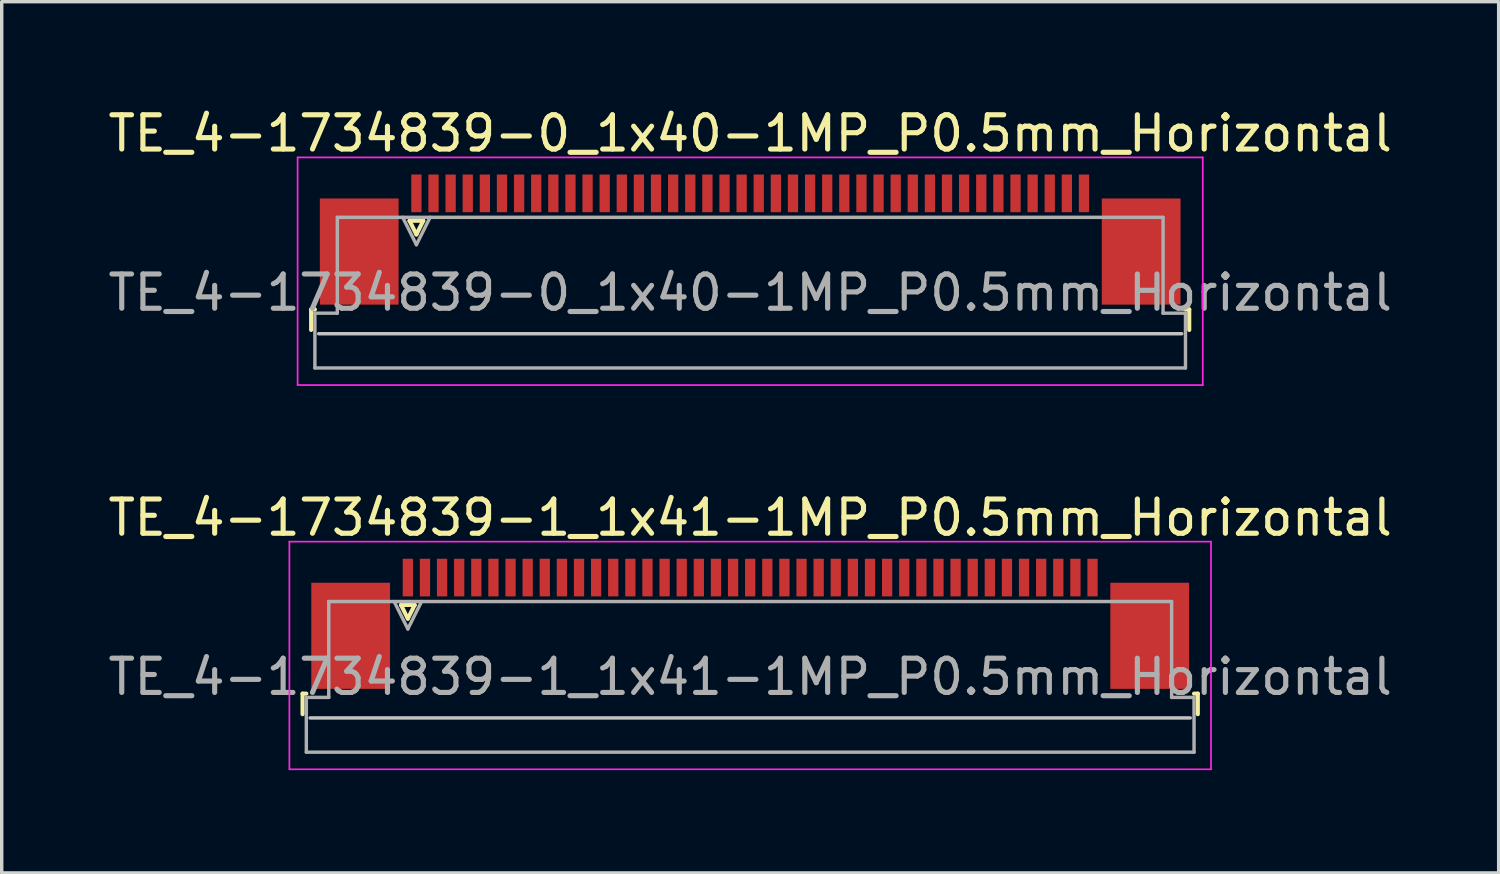
<source format=kicad_pcb>
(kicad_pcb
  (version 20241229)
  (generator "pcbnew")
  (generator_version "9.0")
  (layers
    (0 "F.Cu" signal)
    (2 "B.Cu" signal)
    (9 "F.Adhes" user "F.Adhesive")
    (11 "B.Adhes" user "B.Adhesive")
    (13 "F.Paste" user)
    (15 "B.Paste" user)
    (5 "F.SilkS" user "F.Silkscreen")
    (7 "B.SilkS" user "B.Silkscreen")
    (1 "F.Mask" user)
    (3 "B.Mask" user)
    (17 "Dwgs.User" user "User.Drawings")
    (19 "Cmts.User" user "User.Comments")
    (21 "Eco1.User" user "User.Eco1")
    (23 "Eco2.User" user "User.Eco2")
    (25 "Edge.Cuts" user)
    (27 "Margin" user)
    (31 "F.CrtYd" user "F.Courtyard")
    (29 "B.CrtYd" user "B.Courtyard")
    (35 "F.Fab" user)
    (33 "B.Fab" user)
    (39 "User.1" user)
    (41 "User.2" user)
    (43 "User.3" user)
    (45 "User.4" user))
  (footprint "TE_4-1734839-1_1x41-1MP_P0.5mm_Horizontal"
    (layer "F.Cu")
    (at 18.863 15.171)
    (property "Reference" "TE_4-1734839-1_1x41-1MP_P0.5mm_Horizontal" (at 0 -3.1 0) (layer "F.SilkS") (effects (font (size 1 1) (thickness 0.15))))
    (attr smd)
    (fp_line (start -13.075 2.04) (end -13.075 2.64) (stroke (width 0.12) (type solid)) (layer "F.SilkS"))
    (fp_line (start -12.965 2.04) (end -13.075 2.04) (stroke (width 0.12) (type solid)) (layer "F.SilkS"))
    (fp_line (start -10.2 -0.55) (end -10 -0.15) (stroke (width 0.12) (type solid)) (layer "F.SilkS"))
    (fp_line (start -10 -0.15) (end -9.8 -0.55) (stroke (width 0.12) (type solid)) (layer "F.SilkS"))
    (fp_line (start -9.8 -0.55) (end -10.2 -0.55) (stroke (width 0.12) (type solid)) (layer "F.SilkS"))
    (fp_line (start 12.965 2.04) (end 13.075 2.04) (stroke (width 0.12) (type solid)) (layer "F.SilkS"))
    (fp_line (start 13.075 2.04) (end 13.075 2.64) (stroke (width 0.12) (type solid)) (layer "F.SilkS"))
    (fp_line (start 12.855 2.75) (end -12.855 2.75) (stroke (width 0.1) (type solid)) (layer "Dwgs.User"))
    (fp_line (start -13.46 -2.4) (end -13.46 4.25) (stroke (width 0.05) (type solid)) (layer "F.CrtYd"))
    (fp_line (start -13.46 4.25) (end 13.46 4.25) (stroke (width 0.05) (type solid)) (layer "F.CrtYd"))
    (fp_line (start 13.46 -2.4) (end -13.46 -2.4) (stroke (width 0.05) (type solid)) (layer "F.CrtYd"))
    (fp_line (start 13.46 4.25) (end 13.46 -2.4) (stroke (width 0.05) (type solid)) (layer "F.CrtYd"))
    (fp_line (start -12.965 2.15) (end -12.31 2.15) (stroke (width 0.1) (type solid)) (layer "F.Fab"))
    (fp_line (start -12.965 3.75) (end -12.965 2.15) (stroke (width 0.1) (type solid)) (layer "F.Fab"))
    (fp_line (start -12.31 -0.65) (end 12.31 -0.65) (stroke (width 0.1) (type solid)) (layer "F.Fab"))
    (fp_line (start -12.31 2.15) (end -12.31 -0.65) (stroke (width 0.1) (type solid)) (layer "F.Fab"))
    (fp_line (start -10.4 -0.65) (end -10 0.15) (stroke (width 0.1) (type solid)) (layer "F.Fab"))
    (fp_line (start -10 0.15) (end -9.6 -0.65) (stroke (width 0.1) (type solid)) (layer "F.Fab"))
    (fp_line (start 12.31 -0.65) (end 12.31 2.15) (stroke (width 0.1) (type solid)) (layer "F.Fab"))
    (fp_line (start 12.31 2.15) (end 12.965 2.15) (stroke (width 0.1) (type solid)) (layer "F.Fab"))
    (fp_line (start 12.965 2.15) (end 12.965 3.75) (stroke (width 0.1) (type solid)) (layer "F.Fab"))
    (fp_line (start 12.965 3.75) (end -12.965 3.75) (stroke (width 0.1) (type solid)) (layer "F.Fab"))
    (fp_text user "${REFERENCE}" (at 0 1.55 0) (layer "F.Fab") (effects (font (size 1 1) (thickness 0.15))))
    (pad "1" smd rect (at -10 -1.35) (size 0.3 1.1) (layers "F.Cu" "F.Mask" "F.Paste"))
    (pad "2" smd rect (at -9.5 -1.35) (size 0.3 1.1) (layers "F.Cu" "F.Mask" "F.Paste"))
    (pad "3" smd rect (at -9 -1.35) (size 0.3 1.1) (layers "F.Cu" "F.Mask" "F.Paste"))
    (pad "4" smd rect (at -8.5 -1.35) (size 0.3 1.1) (layers "F.Cu" "F.Mask" "F.Paste"))
    (pad "5" smd rect (at -8 -1.35) (size 0.3 1.1) (layers "F.Cu" "F.Mask" "F.Paste"))
    (pad "6" smd rect (at -7.5 -1.35) (size 0.3 1.1) (layers "F.Cu" "F.Mask" "F.Paste"))
    (pad "7" smd rect (at -7 -1.35) (size 0.3 1.1) (layers "F.Cu" "F.Mask" "F.Paste"))
    (pad "8" smd rect (at -6.5 -1.35) (size 0.3 1.1) (layers "F.Cu" "F.Mask" "F.Paste"))
    (pad "9" smd rect (at -6 -1.35) (size 0.3 1.1) (layers "F.Cu" "F.Mask" "F.Paste"))
    (pad "10" smd rect (at -5.5 -1.35) (size 0.3 1.1) (layers "F.Cu" "F.Mask" "F.Paste"))
    (pad "11" smd rect (at -5 -1.35) (size 0.3 1.1) (layers "F.Cu" "F.Mask" "F.Paste"))
    (pad "12" smd rect (at -4.5 -1.35) (size 0.3 1.1) (layers "F.Cu" "F.Mask" "F.Paste"))
    (pad "13" smd rect (at -4 -1.35) (size 0.3 1.1) (layers "F.Cu" "F.Mask" "F.Paste"))
    (pad "14" smd rect (at -3.5 -1.35) (size 0.3 1.1) (layers "F.Cu" "F.Mask" "F.Paste"))
    (pad "15" smd rect (at -3 -1.35) (size 0.3 1.1) (layers "F.Cu" "F.Mask" "F.Paste"))
    (pad "16" smd rect (at -2.5 -1.35) (size 0.3 1.1) (layers "F.Cu" "F.Mask" "F.Paste"))
    (pad "17" smd rect (at -2 -1.35) (size 0.3 1.1) (layers "F.Cu" "F.Mask" "F.Paste"))
    (pad "18" smd rect (at -1.5 -1.35) (size 0.3 1.1) (layers "F.Cu" "F.Mask" "F.Paste"))
    (pad "19" smd rect (at -1 -1.35) (size 0.3 1.1) (layers "F.Cu" "F.Mask" "F.Paste"))
    (pad "20" smd rect (at -0.5 -1.35) (size 0.3 1.1) (layers "F.Cu" "F.Mask" "F.Paste"))
    (pad "21" smd rect (at 0 -1.35) (size 0.3 1.1) (layers "F.Cu" "F.Mask" "F.Paste"))
    (pad "22" smd rect (at 0.5 -1.35) (size 0.3 1.1) (layers "F.Cu" "F.Mask" "F.Paste"))
    (pad "23" smd rect (at 1 -1.35) (size 0.3 1.1) (layers "F.Cu" "F.Mask" "F.Paste"))
    (pad "24" smd rect (at 1.5 -1.35) (size 0.3 1.1) (layers "F.Cu" "F.Mask" "F.Paste"))
    (pad "25" smd rect (at 2 -1.35) (size 0.3 1.1) (layers "F.Cu" "F.Mask" "F.Paste"))
    (pad "26" smd rect (at 2.5 -1.35) (size 0.3 1.1) (layers "F.Cu" "F.Mask" "F.Paste"))
    (pad "27" smd rect (at 3 -1.35) (size 0.3 1.1) (layers "F.Cu" "F.Mask" "F.Paste"))
    (pad "28" smd rect (at 3.5 -1.35) (size 0.3 1.1) (layers "F.Cu" "F.Mask" "F.Paste"))
    (pad "29" smd rect (at 4 -1.35) (size 0.3 1.1) (layers "F.Cu" "F.Mask" "F.Paste"))
    (pad "30" smd rect (at 4.5 -1.35) (size 0.3 1.1) (layers "F.Cu" "F.Mask" "F.Paste"))
    (pad "31" smd rect (at 5 -1.35) (size 0.3 1.1) (layers "F.Cu" "F.Mask" "F.Paste"))
    (pad "32" smd rect (at 5.5 -1.35) (size 0.3 1.1) (layers "F.Cu" "F.Mask" "F.Paste"))
    (pad "33" smd rect (at 6 -1.35) (size 0.3 1.1) (layers "F.Cu" "F.Mask" "F.Paste"))
    (pad "34" smd rect (at 6.5 -1.35) (size 0.3 1.1) (layers "F.Cu" "F.Mask" "F.Paste"))
    (pad "35" smd rect (at 7 -1.35) (size 0.3 1.1) (layers "F.Cu" "F.Mask" "F.Paste"))
    (pad "36" smd rect (at 7.5 -1.35) (size 0.3 1.1) (layers "F.Cu" "F.Mask" "F.Paste"))
    (pad "37" smd rect (at 8 -1.35) (size 0.3 1.1) (layers "F.Cu" "F.Mask" "F.Paste"))
    (pad "38" smd rect (at 8.5 -1.35) (size 0.3 1.1) (layers "F.Cu" "F.Mask" "F.Paste"))
    (pad "39" smd rect (at 9 -1.35) (size 0.3 1.1) (layers "F.Cu" "F.Mask" "F.Paste"))
    (pad "40" smd rect (at 9.5 -1.35) (size 0.3 1.1) (layers "F.Cu" "F.Mask" "F.Paste"))
    (pad "41" smd rect (at 10 -1.35) (size 0.3 1.1) (layers "F.Cu" "F.Mask" "F.Paste"))
    (pad "MP" smd rect (at -11.67 0.35) (size 2.3 3.1) (layers "F.Cu" "F.Mask" "F.Paste"))
    (pad "MP" smd rect (at 11.67 0.35) (size 2.3 3.1) (layers "F.Cu" "F.Mask" "F.Paste")))
  (footprint "TE_4-1734839-0_1x40-1MP_P0.5mm_Horizontal"
    (layer "F.Cu")
    (at 18.863 3.948)
    (property "Reference" "TE_4-1734839-0_1x40-1MP_P0.5mm_Horizontal" (at 0 -3.1 0) (layer "F.SilkS") (effects (font (size 1 1) (thickness 0.15))))
    (attr smd)
    (fp_line (start -12.825 2.04) (end -12.825 2.64) (stroke (width 0.12) (type solid)) (layer "F.SilkS"))
    (fp_line (start -12.715 2.04) (end -12.825 2.04) (stroke (width 0.12) (type solid)) (layer "F.SilkS"))
    (fp_line (start -9.95 -0.55) (end -9.75 -0.15) (stroke (width 0.12) (type solid)) (layer "F.SilkS"))
    (fp_line (start -9.75 -0.15) (end -9.55 -0.55) (stroke (width 0.12) (type solid)) (layer "F.SilkS"))
    (fp_line (start -9.55 -0.55) (end -9.95 -0.55) (stroke (width 0.12) (type solid)) (layer "F.SilkS"))
    (fp_line (start 12.715 2.04) (end 12.825 2.04) (stroke (width 0.12) (type solid)) (layer "F.SilkS"))
    (fp_line (start 12.825 2.04) (end 12.825 2.64) (stroke (width 0.12) (type solid)) (layer "F.SilkS"))
    (fp_line (start 12.605 2.75) (end -12.605 2.75) (stroke (width 0.1) (type solid)) (layer "Dwgs.User"))
    (fp_line (start -13.22 -2.4) (end -13.22 4.25) (stroke (width 0.05) (type solid)) (layer "F.CrtYd"))
    (fp_line (start -13.22 4.25) (end 13.22 4.25) (stroke (width 0.05) (type solid)) (layer "F.CrtYd"))
    (fp_line (start 13.22 -2.4) (end -13.22 -2.4) (stroke (width 0.05) (type solid)) (layer "F.CrtYd"))
    (fp_line (start 13.22 4.25) (end 13.22 -2.4) (stroke (width 0.05) (type solid)) (layer "F.CrtYd"))
    (fp_line (start -12.715 2.15) (end -12.06 2.15) (stroke (width 0.1) (type solid)) (layer "F.Fab"))
    (fp_line (start -12.715 3.75) (end -12.715 2.15) (stroke (width 0.1) (type solid)) (layer "F.Fab"))
    (fp_line (start -12.06 -0.65) (end 12.06 -0.65) (stroke (width 0.1) (type solid)) (layer "F.Fab"))
    (fp_line (start -12.06 2.15) (end -12.06 -0.65) (stroke (width 0.1) (type solid)) (layer "F.Fab"))
    (fp_line (start -10.15 -0.65) (end -9.75 0.15) (stroke (width 0.1) (type solid)) (layer "F.Fab"))
    (fp_line (start -9.75 0.15) (end -9.35 -0.65) (stroke (width 0.1) (type solid)) (layer "F.Fab"))
    (fp_line (start 12.06 -0.65) (end 12.06 2.15) (stroke (width 0.1) (type solid)) (layer "F.Fab"))
    (fp_line (start 12.06 2.15) (end 12.715 2.15) (stroke (width 0.1) (type solid)) (layer "F.Fab"))
    (fp_line (start 12.715 2.15) (end 12.715 3.75) (stroke (width 0.1) (type solid)) (layer "F.Fab"))
    (fp_line (start 12.715 3.75) (end -12.715 3.75) (stroke (width 0.1) (type solid)) (layer "F.Fab"))
    (fp_text user "${REFERENCE}" (at 0 1.55 0) (layer "F.Fab") (effects (font (size 1 1) (thickness 0.15))))
    (pad "1" smd rect (at -9.75 -1.35) (size 0.3 1.1) (layers "F.Cu" "F.Mask" "F.Paste"))
    (pad "2" smd rect (at -9.25 -1.35) (size 0.3 1.1) (layers "F.Cu" "F.Mask" "F.Paste"))
    (pad "3" smd rect (at -8.75 -1.35) (size 0.3 1.1) (layers "F.Cu" "F.Mask" "F.Paste"))
    (pad "4" smd rect (at -8.25 -1.35) (size 0.3 1.1) (layers "F.Cu" "F.Mask" "F.Paste"))
    (pad "5" smd rect (at -7.75 -1.35) (size 0.3 1.1) (layers "F.Cu" "F.Mask" "F.Paste"))
    (pad "6" smd rect (at -7.25 -1.35) (size 0.3 1.1) (layers "F.Cu" "F.Mask" "F.Paste"))
    (pad "7" smd rect (at -6.75 -1.35) (size 0.3 1.1) (layers "F.Cu" "F.Mask" "F.Paste"))
    (pad "8" smd rect (at -6.25 -1.35) (size 0.3 1.1) (layers "F.Cu" "F.Mask" "F.Paste"))
    (pad "9" smd rect (at -5.75 -1.35) (size 0.3 1.1) (layers "F.Cu" "F.Mask" "F.Paste"))
    (pad "10" smd rect (at -5.25 -1.35) (size 0.3 1.1) (layers "F.Cu" "F.Mask" "F.Paste"))
    (pad "11" smd rect (at -4.75 -1.35) (size 0.3 1.1) (layers "F.Cu" "F.Mask" "F.Paste"))
    (pad "12" smd rect (at -4.25 -1.35) (size 0.3 1.1) (layers "F.Cu" "F.Mask" "F.Paste"))
    (pad "13" smd rect (at -3.75 -1.35) (size 0.3 1.1) (layers "F.Cu" "F.Mask" "F.Paste"))
    (pad "14" smd rect (at -3.25 -1.35) (size 0.3 1.1) (layers "F.Cu" "F.Mask" "F.Paste"))
    (pad "15" smd rect (at -2.75 -1.35) (size 0.3 1.1) (layers "F.Cu" "F.Mask" "F.Paste"))
    (pad "16" smd rect (at -2.25 -1.35) (size 0.3 1.1) (layers "F.Cu" "F.Mask" "F.Paste"))
    (pad "17" smd rect (at -1.75 -1.35) (size 0.3 1.1) (layers "F.Cu" "F.Mask" "F.Paste"))
    (pad "18" smd rect (at -1.25 -1.35) (size 0.3 1.1) (layers "F.Cu" "F.Mask" "F.Paste"))
    (pad "19" smd rect (at -0.75 -1.35) (size 0.3 1.1) (layers "F.Cu" "F.Mask" "F.Paste"))
    (pad "20" smd rect (at -0.25 -1.35) (size 0.3 1.1) (layers "F.Cu" "F.Mask" "F.Paste"))
    (pad "21" smd rect (at 0.25 -1.35) (size 0.3 1.1) (layers "F.Cu" "F.Mask" "F.Paste"))
    (pad "22" smd rect (at 0.75 -1.35) (size 0.3 1.1) (layers "F.Cu" "F.Mask" "F.Paste"))
    (pad "23" smd rect (at 1.25 -1.35) (size 0.3 1.1) (layers "F.Cu" "F.Mask" "F.Paste"))
    (pad "24" smd rect (at 1.75 -1.35) (size 0.3 1.1) (layers "F.Cu" "F.Mask" "F.Paste"))
    (pad "25" smd rect (at 2.25 -1.35) (size 0.3 1.1) (layers "F.Cu" "F.Mask" "F.Paste"))
    (pad "26" smd rect (at 2.75 -1.35) (size 0.3 1.1) (layers "F.Cu" "F.Mask" "F.Paste"))
    (pad "27" smd rect (at 3.25 -1.35) (size 0.3 1.1) (layers "F.Cu" "F.Mask" "F.Paste"))
    (pad "28" smd rect (at 3.75 -1.35) (size 0.3 1.1) (layers "F.Cu" "F.Mask" "F.Paste"))
    (pad "29" smd rect (at 4.25 -1.35) (size 0.3 1.1) (layers "F.Cu" "F.Mask" "F.Paste"))
    (pad "30" smd rect (at 4.75 -1.35) (size 0.3 1.1) (layers "F.Cu" "F.Mask" "F.Paste"))
    (pad "31" smd rect (at 5.25 -1.35) (size 0.3 1.1) (layers "F.Cu" "F.Mask" "F.Paste"))
    (pad "32" smd rect (at 5.75 -1.35) (size 0.3 1.1) (layers "F.Cu" "F.Mask" "F.Paste"))
    (pad "33" smd rect (at 6.25 -1.35) (size 0.3 1.1) (layers "F.Cu" "F.Mask" "F.Paste"))
    (pad "34" smd rect (at 6.75 -1.35) (size 0.3 1.1) (layers "F.Cu" "F.Mask" "F.Paste"))
    (pad "35" smd rect (at 7.25 -1.35) (size 0.3 1.1) (layers "F.Cu" "F.Mask" "F.Paste"))
    (pad "36" smd rect (at 7.75 -1.35) (size 0.3 1.1) (layers "F.Cu" "F.Mask" "F.Paste"))
    (pad "37" smd rect (at 8.25 -1.35) (size 0.3 1.1) (layers "F.Cu" "F.Mask" "F.Paste"))
    (pad "38" smd rect (at 8.75 -1.35) (size 0.3 1.1) (layers "F.Cu" "F.Mask" "F.Paste"))
    (pad "39" smd rect (at 9.25 -1.35) (size 0.3 1.1) (layers "F.Cu" "F.Mask" "F.Paste"))
    (pad "40" smd rect (at 9.75 -1.35) (size 0.3 1.1) (layers "F.Cu" "F.Mask" "F.Paste"))
    (pad "MP" smd rect (at -11.42 0.35) (size 2.3 3.1) (layers "F.Cu" "F.Mask" "F.Paste"))
    (pad "MP" smd rect (at 11.42 0.35) (size 2.3 3.1) (layers "F.Cu" "F.Mask" "F.Paste")))
  (gr_rect
    (start -3 -3)
    (end 40.726 22.447)
    (stroke (width 0.1) (type default))
    (fill no)
    (layer "Edge.Cuts")))
</source>
